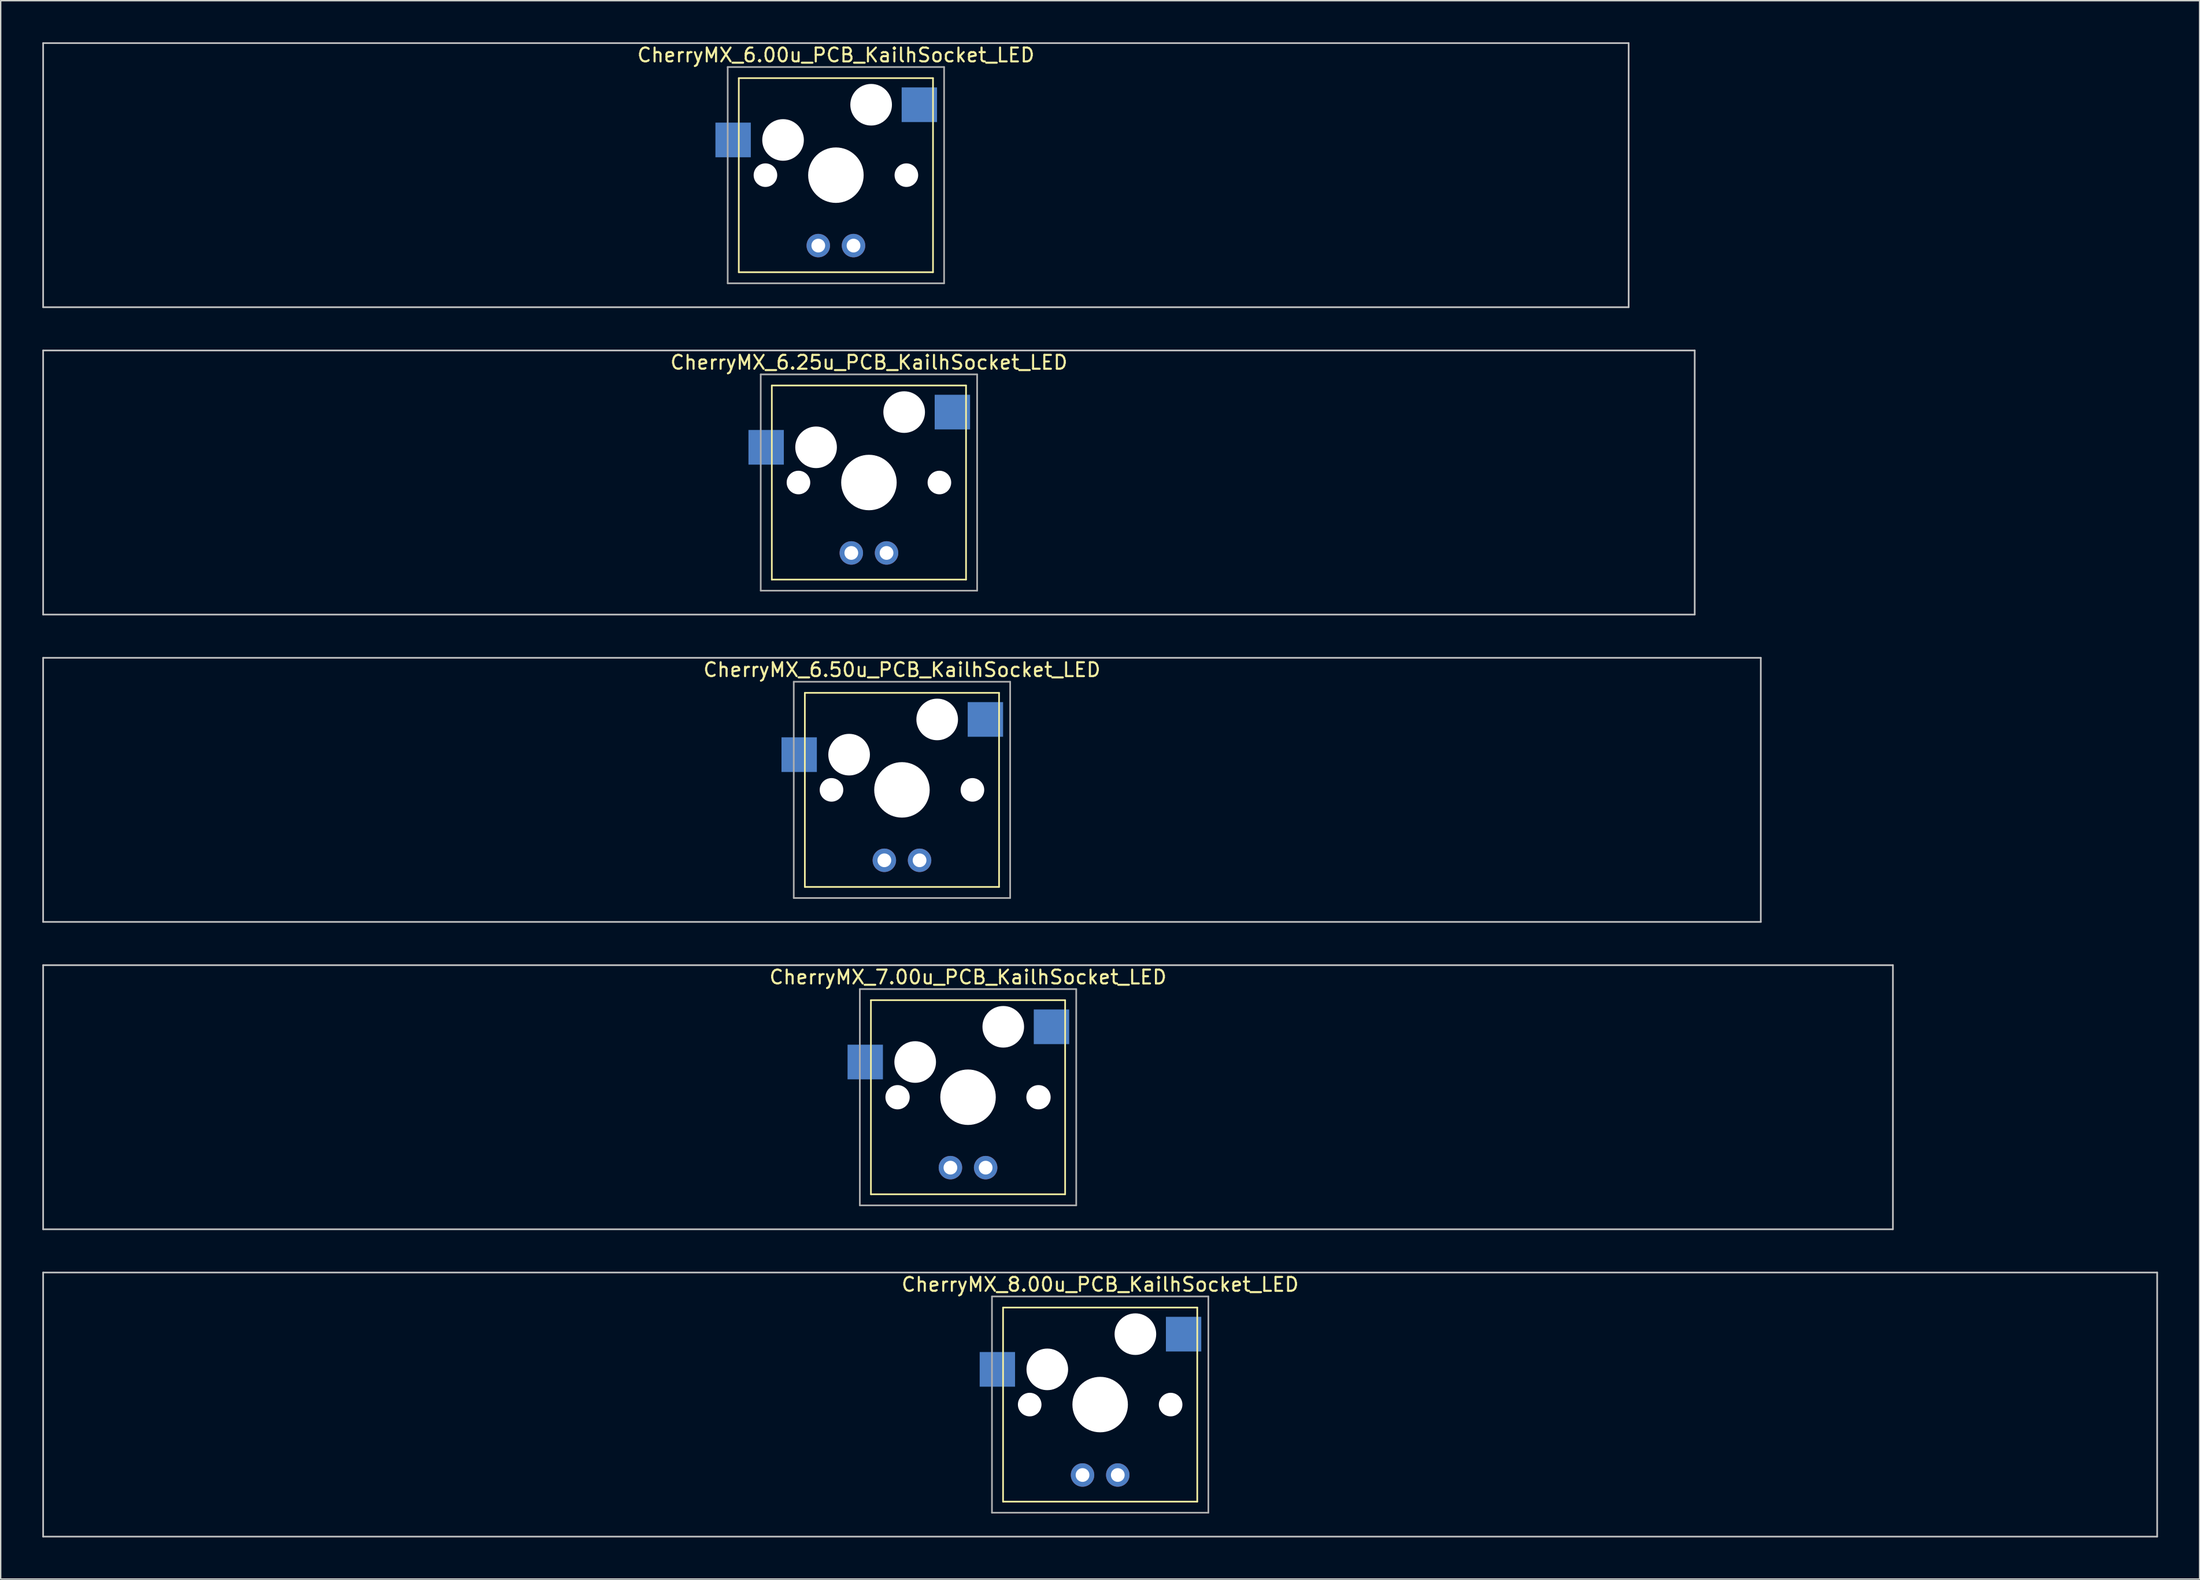
<source format=kicad_pcb>
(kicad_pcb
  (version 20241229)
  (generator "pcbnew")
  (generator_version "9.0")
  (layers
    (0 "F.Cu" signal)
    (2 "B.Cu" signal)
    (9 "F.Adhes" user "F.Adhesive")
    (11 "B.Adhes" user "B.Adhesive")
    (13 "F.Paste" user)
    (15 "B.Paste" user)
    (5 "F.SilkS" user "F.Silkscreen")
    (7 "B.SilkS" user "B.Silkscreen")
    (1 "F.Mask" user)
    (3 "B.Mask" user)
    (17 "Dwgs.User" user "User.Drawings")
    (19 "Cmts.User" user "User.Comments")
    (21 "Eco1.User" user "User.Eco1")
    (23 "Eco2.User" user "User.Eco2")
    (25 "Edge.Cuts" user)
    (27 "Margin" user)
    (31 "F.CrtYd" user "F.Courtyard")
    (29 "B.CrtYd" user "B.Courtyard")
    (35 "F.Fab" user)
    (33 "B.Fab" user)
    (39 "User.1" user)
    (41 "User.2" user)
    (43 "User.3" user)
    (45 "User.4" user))
  (footprint "CherryMX_7.00u_PCB_KailhSocket_LED"
    (layer "F.Cu")
    (at 66.735 76.095)
    (property "Reference" "CherryMX_7.00u_PCB_KailhSocket_LED" (at 0 -8.662 0) (layer "F.SilkS") (effects (font (size 1 1) (thickness 0.15))))
    (attr through_hole)
    (fp_line (start -7 -7) (end -7 7) (stroke (width 0.12) (type solid)) (layer "F.SilkS"))
    (fp_line (start -7 -7) (end 7 -7) (stroke (width 0.12) (type solid)) (layer "F.SilkS"))
    (fp_line (start 7 -7) (end 7 7) (stroke (width 0.12) (type solid)) (layer "F.SilkS"))
    (fp_line (start 7 7) (end -7 7) (stroke (width 0.12) (type solid)) (layer "F.SilkS"))
    (fp_line (start -66.675 -9.525) (end 66.675 -9.525) (stroke (width 0.12) (type solid)) (layer "Dwgs.User"))
    (fp_line (start -66.675 9.525) (end -66.675 -9.525) (stroke (width 0.12) (type solid)) (layer "Dwgs.User"))
    (fp_line (start 66.675 -9.525) (end 66.675 9.525) (stroke (width 0.12) (type solid)) (layer "Dwgs.User"))
    (fp_line (start 66.675 9.525) (end -66.675 9.525) (stroke (width 0.12) (type solid)) (layer "Dwgs.User"))
    (fp_line (start -7.8 -7.8) (end -7.8 7.8) (stroke (width 0.12) (type solid)) (layer "F.Fab"))
    (fp_line (start -7.8 -7.8) (end 7.8 -7.8) (stroke (width 0.12) (type solid)) (layer "F.Fab"))
    (fp_line (start -7.8 7.8) (end 7.8 7.8) (stroke (width 0.12) (type solid)) (layer "F.Fab"))
    (fp_line (start 7.8 -7.8) (end 7.8 7.8) (stroke (width 0.12) (type solid)) (layer "F.Fab"))
    (pad "" np_thru_hole circle (at -5.08 0) (size 1.75 1.75) (drill 1.75) (layers "*.Cu" "*.Mask"))
    (pad "" np_thru_hole circle (at -3.81 -2.54) (size 3 3) (drill 3) (layers "*.Cu" "*.Mask"))
    (pad "" np_thru_hole circle (at 0 0) (size 4 4) (drill 4) (layers "*.Cu" "*.Mask"))
    (pad "" np_thru_hole circle (at 2.54 -5.08) (size 3 3) (drill 3) (layers "*.Cu" "*.Mask"))
    (pad "" np_thru_hole circle (at 5.08 0) (size 1.75 1.75) (drill 1.75) (layers "*.Cu" "*.Mask"))
    (pad "1" smd rect (at -7.41 -2.54) (size 2.55 2.5) (layers "B.Cu" "B.Mask" "B.Paste"))
    (pad "2" smd rect (at 6.015 -5.08) (size 2.55 2.5) (layers "B.Cu" "B.Mask" "B.Paste"))
    (pad "3" thru_hole circle (at -1.27 5.08) (size 1.691 1.691) (drill 0.991) (layers "*.Cu" "*.Mask"))
    (pad "4" thru_hole circle (at 1.27 5.08) (size 1.691 1.691) (drill 0.991) (layers "*.Cu" "*.Mask")))
  (footprint "CherryMX_6.25u_PCB_KailhSocket_LED"
    (layer "F.Cu")
    (at 59.591 31.755)
    (property "Reference" "CherryMX_6.25u_PCB_KailhSocket_LED" (at 0 -8.662 0) (layer "F.SilkS") (effects (font (size 1 1) (thickness 0.15))))
    (attr through_hole)
    (fp_line (start -7 -7) (end -7 7) (stroke (width 0.12) (type solid)) (layer "F.SilkS"))
    (fp_line (start -7 -7) (end 7 -7) (stroke (width 0.12) (type solid)) (layer "F.SilkS"))
    (fp_line (start 7 -7) (end 7 7) (stroke (width 0.12) (type solid)) (layer "F.SilkS"))
    (fp_line (start 7 7) (end -7 7) (stroke (width 0.12) (type solid)) (layer "F.SilkS"))
    (fp_line (start -59.531 -9.525) (end 59.531 -9.525) (stroke (width 0.12) (type solid)) (layer "Dwgs.User"))
    (fp_line (start -59.531 9.525) (end -59.531 -9.525) (stroke (width 0.12) (type solid)) (layer "Dwgs.User"))
    (fp_line (start 59.531 -9.525) (end 59.531 9.525) (stroke (width 0.12) (type solid)) (layer "Dwgs.User"))
    (fp_line (start 59.531 9.525) (end -59.531 9.525) (stroke (width 0.12) (type solid)) (layer "Dwgs.User"))
    (fp_line (start -7.8 -7.8) (end -7.8 7.8) (stroke (width 0.12) (type solid)) (layer "F.Fab"))
    (fp_line (start -7.8 -7.8) (end 7.8 -7.8) (stroke (width 0.12) (type solid)) (layer "F.Fab"))
    (fp_line (start -7.8 7.8) (end 7.8 7.8) (stroke (width 0.12) (type solid)) (layer "F.Fab"))
    (fp_line (start 7.8 -7.8) (end 7.8 7.8) (stroke (width 0.12) (type solid)) (layer "F.Fab"))
    (pad "" np_thru_hole circle (at -5.08 0) (size 1.7 1.7) (drill 1.7) (layers "*.Cu" "*.Mask"))
    (pad "" np_thru_hole circle (at -3.81 -2.54) (size 3 3) (drill 3) (layers "*.Cu" "*.Mask"))
    (pad "" np_thru_hole circle (at 0 0) (size 4 4) (drill 4) (layers "*.Cu" "*.Mask"))
    (pad "" np_thru_hole circle (at 2.54 -5.08) (size 3 3) (drill 3) (layers "*.Cu" "*.Mask"))
    (pad "" np_thru_hole circle (at 5.08 0) (size 1.7 1.7) (drill 1.7) (layers "*.Cu" "*.Mask"))
    (pad "1" smd rect (at -7.41 -2.54) (size 2.55 2.5) (layers "B.Cu" "B.Mask" "B.Paste"))
    (pad "2" smd rect (at 6.015 -5.08) (size 2.55 2.5) (layers "B.Cu" "B.Mask" "B.Paste"))
    (pad "3" thru_hole circle (at -1.27 5.08) (size 1.691 1.691) (drill 0.991) (layers "*.Cu" "*.Mask"))
    (pad "4" thru_hole circle (at 1.27 5.08) (size 1.691 1.691) (drill 0.991) (layers "*.Cu" "*.Mask")))
  (footprint "CherryMX_8.00u_PCB_KailhSocket_LED"
    (layer "F.Cu")
    (at 76.26 98.265)
    (property "Reference" "CherryMX_8.00u_PCB_KailhSocket_LED" (at 0 -8.662 0) (layer "F.SilkS") (effects (font (size 1 1) (thickness 0.15))))
    (attr through_hole)
    (fp_line (start -7 -7) (end -7 7) (stroke (width 0.12) (type solid)) (layer "F.SilkS"))
    (fp_line (start -7 -7) (end 7 -7) (stroke (width 0.12) (type solid)) (layer "F.SilkS"))
    (fp_line (start 7 -7) (end 7 7) (stroke (width 0.12) (type solid)) (layer "F.SilkS"))
    (fp_line (start 7 7) (end -7 7) (stroke (width 0.12) (type solid)) (layer "F.SilkS"))
    (fp_line (start -76.2 -9.525) (end 76.2 -9.525) (stroke (width 0.12) (type solid)) (layer "Dwgs.User"))
    (fp_line (start -76.2 9.525) (end -76.2 -9.525) (stroke (width 0.12) (type solid)) (layer "Dwgs.User"))
    (fp_line (start 76.2 -9.525) (end 76.2 9.525) (stroke (width 0.12) (type solid)) (layer "Dwgs.User"))
    (fp_line (start 76.2 9.525) (end -76.2 9.525) (stroke (width 0.12) (type solid)) (layer "Dwgs.User"))
    (fp_line (start -7.8 -7.8) (end -7.8 7.8) (stroke (width 0.12) (type solid)) (layer "F.Fab"))
    (fp_line (start -7.8 -7.8) (end 7.8 -7.8) (stroke (width 0.12) (type solid)) (layer "F.Fab"))
    (fp_line (start -7.8 7.8) (end 7.8 7.8) (stroke (width 0.12) (type solid)) (layer "F.Fab"))
    (fp_line (start 7.8 -7.8) (end 7.8 7.8) (stroke (width 0.12) (type solid)) (layer "F.Fab"))
    (pad "" np_thru_hole circle (at -5.08 0) (size 1.7 1.7) (drill 1.7) (layers "*.Cu" "*.Mask"))
    (pad "" np_thru_hole circle (at -3.81 -2.54) (size 3 3) (drill 3) (layers "*.Cu" "*.Mask"))
    (pad "" np_thru_hole circle (at 0 0) (size 4 4) (drill 4) (layers "*.Cu" "*.Mask"))
    (pad "" np_thru_hole circle (at 2.54 -5.08) (size 3 3) (drill 3) (layers "*.Cu" "*.Mask"))
    (pad "" np_thru_hole circle (at 5.08 0) (size 1.7 1.7) (drill 1.7) (layers "*.Cu" "*.Mask"))
    (pad "1" smd rect (at -7.41 -2.54) (size 2.55 2.5) (layers "B.Cu" "B.Mask" "B.Paste"))
    (pad "2" smd rect (at 6.015 -5.08) (size 2.55 2.5) (layers "B.Cu" "B.Mask" "B.Paste"))
    (pad "3" thru_hole circle (at -1.27 5.08) (size 1.691 1.691) (drill 0.991) (layers "*.Cu" "*.Mask"))
    (pad "4" thru_hole circle (at 1.27 5.08) (size 1.691 1.691) (drill 0.991) (layers "*.Cu" "*.Mask")))
  (footprint "CherryMX_6.00u_PCB_KailhSocket_LED"
    (layer "F.Cu")
    (at 57.21 9.585)
    (property "Reference" "CherryMX_6.00u_PCB_KailhSocket_LED" (at 0 -8.662 0) (layer "F.SilkS") (effects (font (size 1 1) (thickness 0.15))))
    (attr through_hole)
    (fp_line (start -7 -7) (end -7 7) (stroke (width 0.12) (type solid)) (layer "F.SilkS"))
    (fp_line (start -7 -7) (end 7 -7) (stroke (width 0.12) (type solid)) (layer "F.SilkS"))
    (fp_line (start 7 -7) (end 7 7) (stroke (width 0.12) (type solid)) (layer "F.SilkS"))
    (fp_line (start 7 7) (end -7 7) (stroke (width 0.12) (type solid)) (layer "F.SilkS"))
    (fp_line (start -57.15 -9.525) (end 57.15 -9.525) (stroke (width 0.12) (type solid)) (layer "Dwgs.User"))
    (fp_line (start -57.15 9.525) (end -57.15 -9.525) (stroke (width 0.12) (type solid)) (layer "Dwgs.User"))
    (fp_line (start 57.15 -9.525) (end 57.15 9.525) (stroke (width 0.12) (type solid)) (layer "Dwgs.User"))
    (fp_line (start 57.15 9.525) (end -57.15 9.525) (stroke (width 0.12) (type solid)) (layer "Dwgs.User"))
    (fp_line (start -7.8 -7.8) (end -7.8 7.8) (stroke (width 0.12) (type solid)) (layer "F.Fab"))
    (fp_line (start -7.8 -7.8) (end 7.8 -7.8) (stroke (width 0.12) (type solid)) (layer "F.Fab"))
    (fp_line (start -7.8 7.8) (end 7.8 7.8) (stroke (width 0.12) (type solid)) (layer "F.Fab"))
    (fp_line (start 7.8 -7.8) (end 7.8 7.8) (stroke (width 0.12) (type solid)) (layer "F.Fab"))
    (pad "" np_thru_hole circle (at -5.08 0) (size 1.7 1.7) (drill 1.7) (layers "*.Cu" "*.Mask"))
    (pad "" np_thru_hole circle (at -3.81 -2.54) (size 3 3) (drill 3) (layers "*.Cu" "*.Mask"))
    (pad "" np_thru_hole circle (at 0 0) (size 4 4) (drill 4) (layers "*.Cu" "*.Mask"))
    (pad "" np_thru_hole circle (at 2.54 -5.08) (size 3 3) (drill 3) (layers "*.Cu" "*.Mask"))
    (pad "" np_thru_hole circle (at 5.08 0) (size 1.7 1.7) (drill 1.7) (layers "*.Cu" "*.Mask"))
    (pad "1" smd rect (at -7.41 -2.54) (size 2.55 2.5) (layers "B.Cu" "B.Mask" "B.Paste"))
    (pad "2" smd rect (at 6.015 -5.08) (size 2.55 2.5) (layers "B.Cu" "B.Mask" "B.Paste"))
    (pad "3" thru_hole circle (at -1.27 5.08) (size 1.691 1.691) (drill 0.991) (layers "*.Cu" "*.Mask"))
    (pad "4" thru_hole circle (at 1.27 5.08) (size 1.691 1.691) (drill 0.991) (layers "*.Cu" "*.Mask")))
  (footprint "CherryMX_6.50u_PCB_KailhSocket_LED"
    (layer "F.Cu")
    (at 61.972 53.925)
    (property "Reference" "CherryMX_6.50u_PCB_KailhSocket_LED" (at 0 -8.662 0) (layer "F.SilkS") (effects (font (size 1 1) (thickness 0.15))))
    (attr through_hole)
    (fp_line (start -7 -7) (end -7 7) (stroke (width 0.12) (type solid)) (layer "F.SilkS"))
    (fp_line (start -7 -7) (end 7 -7) (stroke (width 0.12) (type solid)) (layer "F.SilkS"))
    (fp_line (start 7 -7) (end 7 7) (stroke (width 0.12) (type solid)) (layer "F.SilkS"))
    (fp_line (start 7 7) (end -7 7) (stroke (width 0.12) (type solid)) (layer "F.SilkS"))
    (fp_line (start -61.913 -9.525) (end 61.913 -9.525) (stroke (width 0.12) (type solid)) (layer "Dwgs.User"))
    (fp_line (start -61.913 9.525) (end -61.913 -9.525) (stroke (width 0.12) (type solid)) (layer "Dwgs.User"))
    (fp_line (start 61.913 -9.525) (end 61.913 9.525) (stroke (width 0.12) (type solid)) (layer "Dwgs.User"))
    (fp_line (start 61.913 9.525) (end -61.913 9.525) (stroke (width 0.12) (type solid)) (layer "Dwgs.User"))
    (fp_line (start -7.8 -7.8) (end -7.8 7.8) (stroke (width 0.12) (type solid)) (layer "F.Fab"))
    (fp_line (start -7.8 -7.8) (end 7.8 -7.8) (stroke (width 0.12) (type solid)) (layer "F.Fab"))
    (fp_line (start -7.8 7.8) (end 7.8 7.8) (stroke (width 0.12) (type solid)) (layer "F.Fab"))
    (fp_line (start 7.8 -7.8) (end 7.8 7.8) (stroke (width 0.12) (type solid)) (layer "F.Fab"))
    (pad "" np_thru_hole circle (at -5.08 0) (size 1.7 1.7) (drill 1.7) (layers "*.Cu" "*.Mask"))
    (pad "" np_thru_hole circle (at -3.81 -2.54) (size 3 3) (drill 3) (layers "*.Cu" "*.Mask"))
    (pad "" np_thru_hole circle (at 0 0) (size 4 4) (drill 4) (layers "*.Cu" "*.Mask"))
    (pad "" np_thru_hole circle (at 2.54 -5.08) (size 3 3) (drill 3) (layers "*.Cu" "*.Mask"))
    (pad "" np_thru_hole circle (at 5.08 0) (size 1.7 1.7) (drill 1.7) (layers "*.Cu" "*.Mask"))
    (pad "1" smd rect (at -7.41 -2.54) (size 2.55 2.5) (layers "B.Cu" "B.Mask" "B.Paste"))
    (pad "2" smd rect (at 6.015 -5.08) (size 2.55 2.5) (layers "B.Cu" "B.Mask" "B.Paste"))
    (pad "3" thru_hole circle (at -1.27 5.08) (size 1.691 1.691) (drill 0.991) (layers "*.Cu" "*.Mask"))
    (pad "4" thru_hole circle (at 1.27 5.08) (size 1.691 1.691) (drill 0.991) (layers "*.Cu" "*.Mask")))
  (gr_rect
    (start -3 -3)
    (end 155.52 110.85)
    (stroke (width 0.1) (type default))
    (fill no)
    (layer "Edge.Cuts")))
</source>
